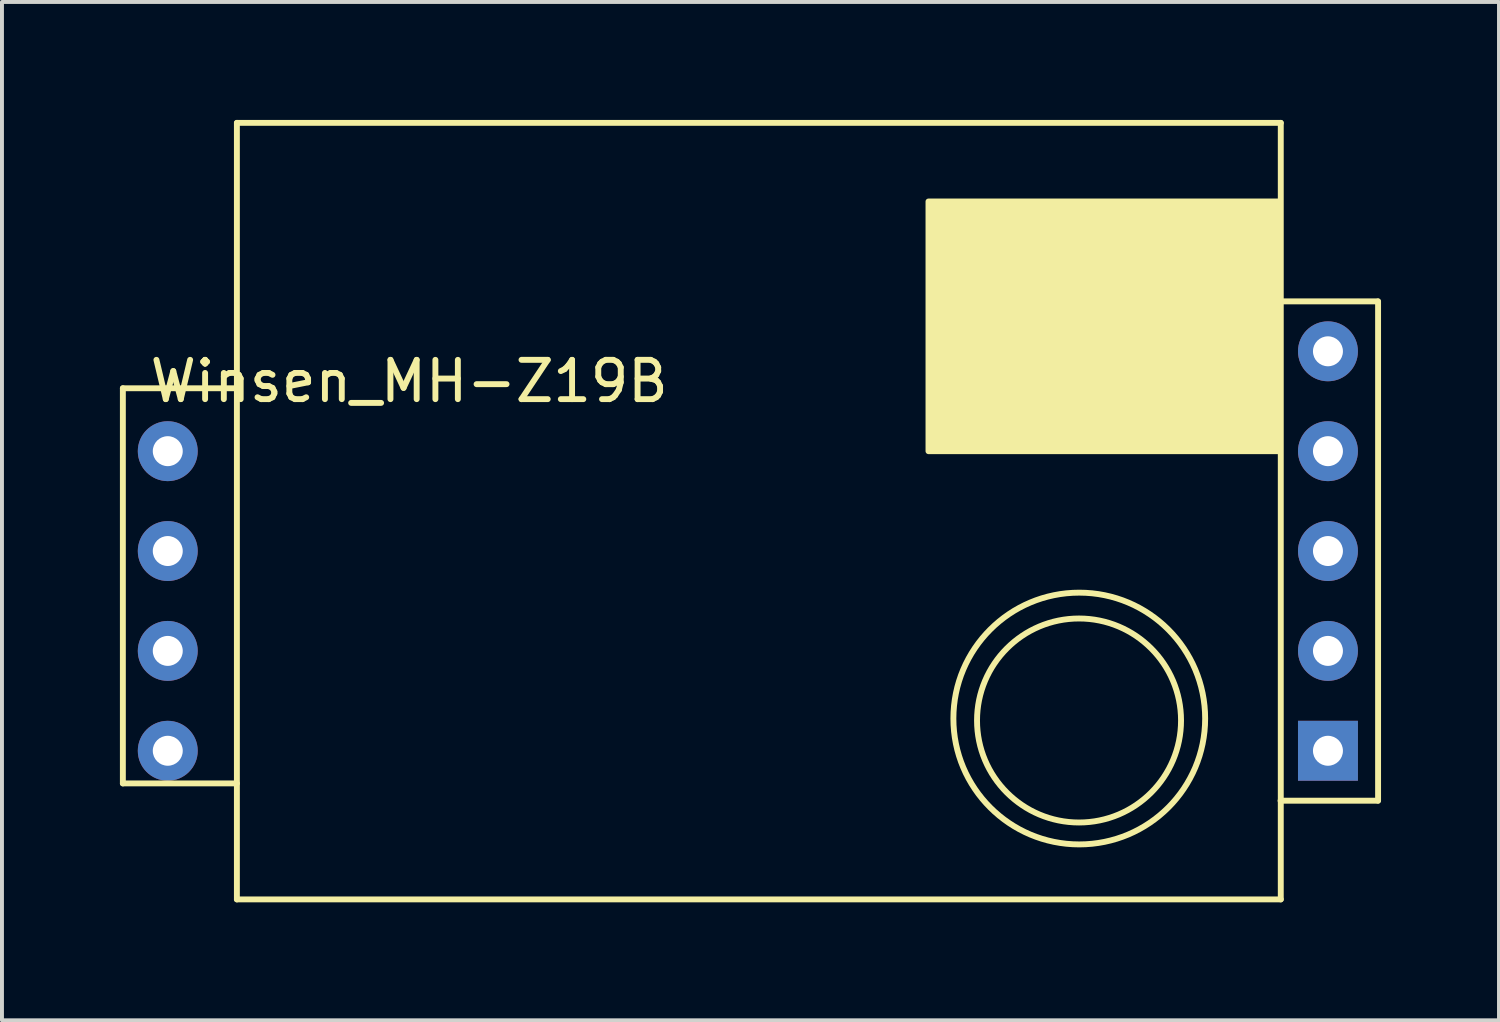
<source format=kicad_pcb>
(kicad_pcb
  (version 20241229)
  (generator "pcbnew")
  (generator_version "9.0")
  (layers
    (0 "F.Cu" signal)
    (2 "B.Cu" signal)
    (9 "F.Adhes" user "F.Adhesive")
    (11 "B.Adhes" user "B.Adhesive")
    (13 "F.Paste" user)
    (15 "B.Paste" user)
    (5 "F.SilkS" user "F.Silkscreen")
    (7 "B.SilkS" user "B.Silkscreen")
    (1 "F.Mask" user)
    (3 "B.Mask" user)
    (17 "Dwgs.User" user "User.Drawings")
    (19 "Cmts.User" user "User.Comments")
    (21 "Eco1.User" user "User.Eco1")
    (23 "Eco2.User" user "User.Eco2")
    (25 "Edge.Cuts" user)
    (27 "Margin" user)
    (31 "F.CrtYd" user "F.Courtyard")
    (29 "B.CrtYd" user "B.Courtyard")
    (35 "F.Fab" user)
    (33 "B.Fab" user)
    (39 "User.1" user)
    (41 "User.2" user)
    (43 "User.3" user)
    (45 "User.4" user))
  (footprint "Winsen_MH-Z19B"
    (layer "F.Cu")
    (at 30.725 2.075)
    (property "Reference" "Winsen_MH-Z19B" (at -23.368 4.572 0) (layer "F.SilkS") (effects (font (size 1 1) (thickness 0.15))))
    (attr through_hole)
    (fp_line (start -30.65 4.75) (end -30.65 14.8) (stroke (width 0.15) (type solid)) (layer "F.SilkS"))
    (fp_line (start -30.65 14.8) (end -27.75 14.8) (stroke (width 0.15) (type solid)) (layer "F.SilkS"))
    (fp_line (start -27.75 -2) (end -27.75 17.75) (stroke (width 0.15) (type solid)) (layer "F.SilkS"))
    (fp_line (start -27.75 4.75) (end -30.65 4.75) (stroke (width 0.15) (type solid)) (layer "F.SilkS"))
    (fp_line (start -27.75 17.75) (end -1.2 17.75) (stroke (width 0.15) (type solid)) (layer "F.SilkS"))
    (fp_line (start -1.27 2.54) (end 1.27 2.54) (stroke (width 0.15) (type solid)) (layer "F.SilkS"))
    (fp_line (start -1.2 -2) (end -27.75 -2) (stroke (width 0.15) (type solid)) (layer "F.SilkS"))
    (fp_line (start -1.2 -2) (end -1.2 17.75) (stroke (width 0.15) (type solid)) (layer "F.SilkS"))
    (fp_line (start 1.27 15.24) (end -1.205 15.24) (stroke (width 0.15) (type solid)) (layer "F.SilkS"))
    (fp_line (start 1.275 2.54) (end 1.275 15.24) (stroke (width 0.15) (type solid)) (layer "F.SilkS"))
    (fp_circle (center -6.331 13.2) (end -8.531 11.825) (stroke (width 0.15) (type solid)) (fill no) (layer "F.SilkS"))
    (fp_circle (center -6.325 13.15) (end -9.425 12.35) (stroke (width 0.15) (type solid)) (fill no) (layer "F.SilkS"))
    (fp_poly (pts (xy -10.16 0) (xy -10.16 6.35) (xy -1.27 6.35) (xy -1.27 0)) (stroke (width 0.15) (type solid)) (fill yes) (layer "F.SilkS"))
    (pad "1" thru_hole rect (at 0 13.97) (size 1.524 1.524) (drill 0.762) (layers "*.Cu" "*.Mask"))
    (pad "2" thru_hole circle (at 0 11.43) (size 1.524 1.524) (drill 0.762) (layers "*.Cu" "*.Mask"))
    (pad "3" thru_hole circle (at 0 8.89) (size 1.524 1.524) (drill 0.762) (layers "*.Cu" "*.Mask"))
    (pad "4" thru_hole circle (at 0 6.35) (size 1.524 1.524) (drill 0.762) (layers "*.Cu" "*.Mask"))
    (pad "5" thru_hole circle (at 0 3.81) (size 1.524 1.524) (drill 0.762) (layers "*.Cu" "*.Mask"))
    (pad "6" thru_hole circle (at -29.508 13.97) (size 1.524 1.524) (drill 0.762) (layers "*.Cu" "*.Mask"))
    (pad "7" thru_hole circle (at -29.508 11.43) (size 1.524 1.524) (drill 0.762) (layers "*.Cu" "*.Mask"))
    (pad "8" thru_hole circle (at -29.508 8.89) (size 1.524 1.524) (drill 0.762) (layers "*.Cu" "*.Mask"))
    (pad "9" thru_hole circle (at -29.508 6.35) (size 1.524 1.524) (drill 0.762) (layers "*.Cu" "*.Mask")))
  (gr_rect
    (start -3 -3)
    (end 35.075 22.9)
    (stroke (width 0.1) (type default))
    (fill no)
    (layer "Edge.Cuts")))
</source>
